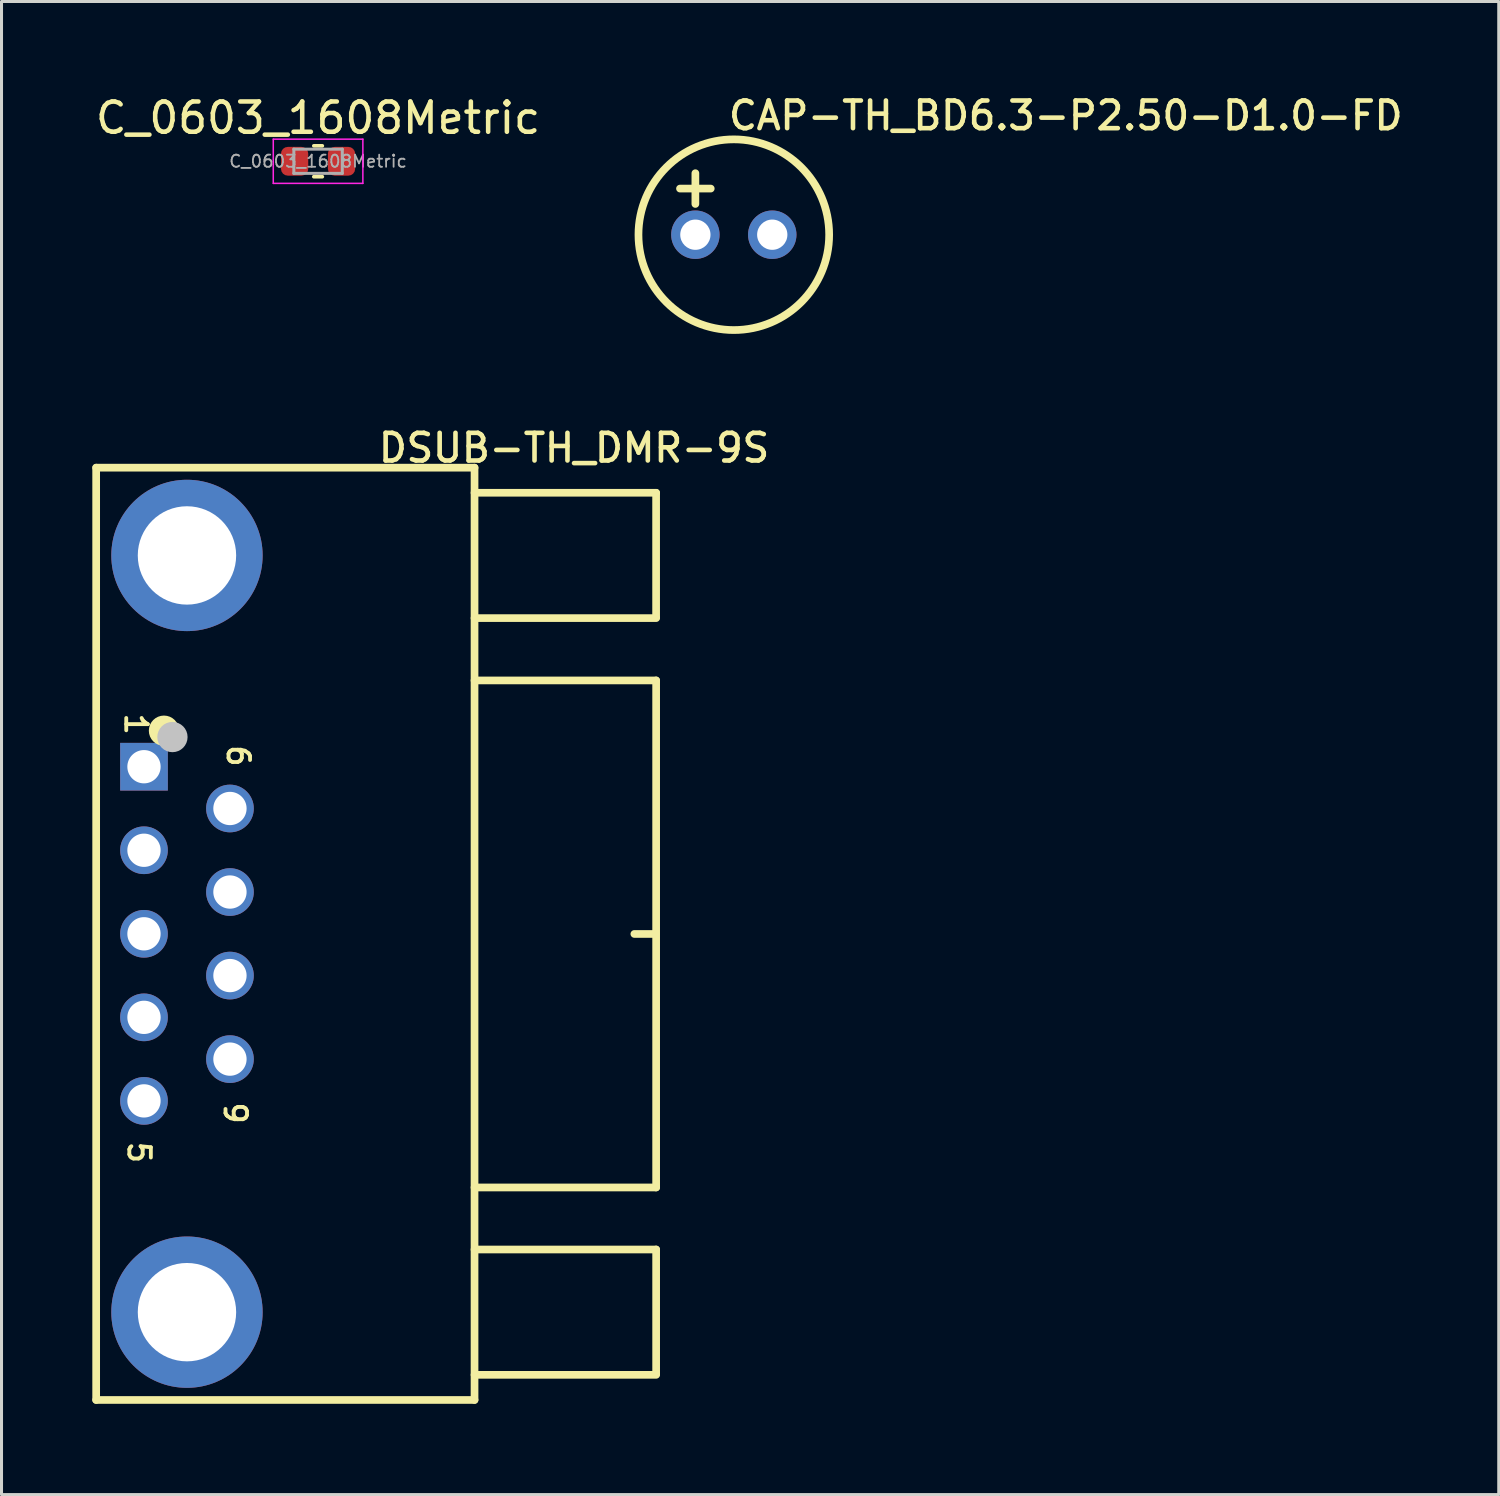
<source format=kicad_pcb>
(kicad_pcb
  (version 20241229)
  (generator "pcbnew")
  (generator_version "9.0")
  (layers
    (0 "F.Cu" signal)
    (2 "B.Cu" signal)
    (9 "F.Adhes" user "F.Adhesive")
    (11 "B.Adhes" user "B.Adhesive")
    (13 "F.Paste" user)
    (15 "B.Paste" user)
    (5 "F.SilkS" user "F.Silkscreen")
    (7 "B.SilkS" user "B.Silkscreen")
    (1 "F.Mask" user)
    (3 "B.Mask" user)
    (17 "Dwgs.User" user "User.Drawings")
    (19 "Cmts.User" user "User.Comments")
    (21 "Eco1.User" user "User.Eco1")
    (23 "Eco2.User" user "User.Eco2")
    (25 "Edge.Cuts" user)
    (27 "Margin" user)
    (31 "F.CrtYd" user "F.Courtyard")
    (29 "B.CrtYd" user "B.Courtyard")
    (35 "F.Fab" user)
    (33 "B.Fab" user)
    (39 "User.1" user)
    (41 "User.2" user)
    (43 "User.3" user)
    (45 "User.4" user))
  (footprint "CAP-TH_BD6.3-P2.50-D1.0-FD"
    (layer "F.Cu")
    (at 21.193 4.704)
    (property "Reference" "CAP-TH_BD6.3-P2.50-D1.0-FD" (at -0.254 -4.47 0) (layer "F.SilkS") (effects (font (size 0.914 0.914) (thickness 0.152)) (justify left top)))
    (fp_line (start -1.778 -1.524) (end -0.762 -1.524) (stroke (width 0.254) (type default)) (layer "F.SilkS"))
    (fp_line (start -1.27 -2.032) (end -1.27 -1.016) (stroke (width 0.254) (type default)) (layer "F.SilkS"))
    (fp_circle (center 0 0) (end 3.15 0) (stroke (width 0.254) (type default)) (fill no) (layer "F.SilkS"))
    (fp_circle (center -1.27 0) (end -1.12 0) (stroke (width 0.3) (type default)) (fill no) (layer "User.4"))
    (fp_circle (center 1.27 0) (end 1.42 0) (stroke (width 0.3) (type default)) (fill no) (layer "User.4"))
    (fp_circle (center -3.15 3.15) (end -3.12 3.15) (stroke (width 0.06) (type default)) (fill no) (layer "User.5"))
    (pad "1" thru_hole oval (at -1.27 0) (size 1.6 1.6) (drill 1) (layers "*.Cu" "*.Mask"))
    (pad "2" thru_hole oval (at 1.27 0) (size 1.6 1.6) (drill 1) (layers "*.Cu" "*.Mask"))
    (zone (net_name "") (layer "F.SilkS") (hatch edge 0.5) (priority 100) (connect_pads yes) (min_thickness 0) (filled_areas_thickness no) (fill yes) (polygon (pts (arc (start 23.352268 2.417572) (mid 24.368284 4.703572) (end 23.352268 6.989572)))) (filled_polygon (layer "F.SilkS") (island) (pts (arc (start 23.352268 2.417572) (mid 24.368284 4.703572) (end 23.352268 6.989572)))))
    (zone (net_name "") (layer "Dwgs.User") (hatch edge 0.5) (priority 100) (connect_pads yes) (min_thickness 0) (filled_areas_thickness no) (fill yes) (polygon (pts (xy 19.193 3.004) (xy 20.693 3.004) (xy 20.693 3.304) (xy 19.193 3.304))) (filled_polygon (layer "Dwgs.User") (island) (pts (xy 19.193 3.004) (xy 20.693 3.004) (xy 20.693 3.304) (xy 19.193 3.304))))
    (zone (net_name "") (layer "Dwgs.User") (hatch edge 0.5) (priority 100) (connect_pads yes) (min_thickness 0) (filled_areas_thickness no) (fill yes) (polygon (pts (xy 19.812 3.952) (xy 19.812 2.452) (xy 20.112 2.452) (xy 20.112 3.952))) (filled_polygon (layer "Dwgs.User") (island) (pts (xy 19.812 3.952) (xy 19.812 2.452) (xy 20.112 2.452) (xy 20.112 3.952))))
    (zone (net_name "") (layer "User.3") (hatch edge 0.5) (priority 100) (connect_pads yes) (min_thickness 0) (filled_areas_thickness no) (fill yes) (polygon (pts (arc (start 18.043268 4.703572) (mid 21.193268 1.553572) (end 24.343268 4.703572)) (arc (start 24.343268 4.703572) (mid 21.193268 7.853572) (end 18.043268 4.703572)))) (filled_polygon (layer "User.3") (island) (pts (arc (start 18.043268 4.703572) (mid 21.193268 1.553572) (end 24.343268 4.703572)) (arc (start 24.343268 4.703572) (mid 21.193268 7.853572) (end 18.043268 4.703572))))))
  (footprint "C_0603_1608Metric"
    (layer "F.Cu")
    (at 7.458 2.278)
    (property "Reference" "C_0603_1608Metric" (at 0 -1.43 0) (layer "F.SilkS") (effects (font (size 1 1) (thickness 0.15))))
    (attr smd)
    (fp_line (start -0.141 -0.51) (end 0.141 -0.51) (stroke (width 0.12) (type solid)) (layer "F.SilkS"))
    (fp_line (start -0.141 0.51) (end 0.141 0.51) (stroke (width 0.12) (type solid)) (layer "F.SilkS"))
    (fp_line (start -1.48 -0.73) (end 1.48 -0.73) (stroke (width 0.05) (type solid)) (layer "F.CrtYd"))
    (fp_line (start -1.48 0.73) (end -1.48 -0.73) (stroke (width 0.05) (type solid)) (layer "F.CrtYd"))
    (fp_line (start 1.48 -0.73) (end 1.48 0.73) (stroke (width 0.05) (type solid)) (layer "F.CrtYd"))
    (fp_line (start 1.48 0.73) (end -1.48 0.73) (stroke (width 0.05) (type solid)) (layer "F.CrtYd"))
    (fp_line (start -0.8 -0.4) (end 0.8 -0.4) (stroke (width 0.1) (type solid)) (layer "F.Fab"))
    (fp_line (start -0.8 0.4) (end -0.8 -0.4) (stroke (width 0.1) (type solid)) (layer "F.Fab"))
    (fp_line (start 0.8 -0.4) (end 0.8 0.4) (stroke (width 0.1) (type solid)) (layer "F.Fab"))
    (fp_line (start 0.8 0.4) (end -0.8 0.4) (stroke (width 0.1) (type solid)) (layer "F.Fab"))
    (fp_text user "${REFERENCE}" (at 0 0 0) (layer "F.Fab") (effects (font (size 0.4 0.4) (thickness 0.06))))
    (pad "1" smd roundrect (at -0.775 0 180) (size 0.9 0.95) (layers "F.Cu" "F.Mask" "F.Paste") (roundrect_rratio 0.25))
    (pad "2" smd roundrect (at 0.775 0 180) (size 0.9 0.95) (layers "F.Cu" "F.Mask" "F.Paste") (roundrect_rratio 0.25)))
  (footprint "DSUB-TH_DMR-9S"
    (layer "F.Cu")
    (at 3.127 27.8)
    (property "Reference" "DSUB-TH_DMR-9S" (at 6.246 -16.587 0) (layer "F.SilkS") (effects (font (size 0.914 0.914) (thickness 0.152)) (justify left top)))
    (fp_line (start -3 -15.4) (end 9.5 -15.4) (stroke (width 0.254) (type default)) (layer "F.SilkS"))
    (fp_line (start -3 15.4) (end -3 -15.4) (stroke (width 0.254) (type default)) (layer "F.SilkS"))
    (fp_line (start 9.5 -14.57) (end 15.499 -14.57) (stroke (width 0.254) (type default)) (layer "F.SilkS"))
    (fp_line (start 9.5 -15.4) (end 9.5 15.4) (stroke (width 0.254) (type default)) (layer "F.SilkS"))
    (fp_line (start 9.5 -10.43) (end 15.5 -10.43) (stroke (width 0.254) (type default)) (layer "F.SilkS"))
    (fp_line (start 9.5 -8.37) (end 15.5 -8.37) (stroke (width 0.254) (type default)) (layer "F.SilkS"))
    (fp_line (start 9.5 14.57) (end 15.5 14.57) (stroke (width 0.254) (type default)) (layer "F.SilkS"))
    (fp_line (start 9.5 15.4) (end -3 15.4) (stroke (width 0.254) (type default)) (layer "F.SilkS"))
    (fp_line (start 14.78 0.005) (end 15.48 0.005) (stroke (width 0.254) (type default)) (layer "F.SilkS"))
    (fp_line (start 15.499 -14.57) (end 15.499 -10.46) (stroke (width 0.254) (type default)) (layer "F.SilkS"))
    (fp_line (start 15.5 -8.37) (end 15.5 8.38) (stroke (width 0.254) (type default)) (layer "F.SilkS"))
    (fp_line (start 15.5 8.38) (end 9.5 8.38) (stroke (width 0.254) (type default)) (layer "F.SilkS"))
    (fp_line (start 15.5 10.43) (end 9.5 10.43) (stroke (width 0.254) (type default)) (layer "F.SilkS"))
    (fp_line (start 15.5 14.54) (end 15.5 10.43) (stroke (width 0.254) (type default)) (layer "F.SilkS"))
    (fp_circle (center -0.76 -6.71) (end -1.01 -6.71) (stroke (width 0.5) (type default)) (fill no) (layer "F.SilkS"))
    (fp_circle (center -0.48 -6.5) (end -0.73 -6.5) (stroke (width 0.5) (type default)) (fill no) (layer "Dwgs.User"))
    (fp_circle (center -1.42 -5.52) (end -1.57 -5.52) (stroke (width 0.3) (type default)) (fill no) (layer "User.4"))
    (fp_circle (center -1.42 -2.76) (end -1.57 -2.76) (stroke (width 0.3) (type default)) (fill no) (layer "User.4"))
    (fp_circle (center -1.42 0) (end -1.57 0) (stroke (width 0.3) (type default)) (fill no) (layer "User.4"))
    (fp_circle (center -1.42 2.76) (end -1.57 2.76) (stroke (width 0.3) (type default)) (fill no) (layer "User.4"))
    (fp_circle (center -1.42 5.52) (end -1.57 5.52) (stroke (width 0.3) (type default)) (fill no) (layer "User.4"))
    (fp_circle (center 1.42 -4.14) (end 1.27 -4.14) (stroke (width 0.3) (type default)) (fill no) (layer "User.4"))
    (fp_circle (center 1.42 -1.38) (end 1.27 -1.38) (stroke (width 0.3) (type default)) (fill no) (layer "User.4"))
    (fp_circle (center 1.42 1.38) (end 1.27 1.38) (stroke (width 0.3) (type default)) (fill no) (layer "User.4"))
    (fp_circle (center 1.42 4.14) (end 1.27 4.14) (stroke (width 0.3) (type default)) (fill no) (layer "User.4"))
    (fp_circle (center -2.75 -15.41) (end -2.78 -15.41) (stroke (width 0.06) (type default)) (fill no) (layer "User.5"))
    (fp_text user "6" (at 2.111 -6.3 270) (unlocked yes) (layer "F.SilkS") (effects (font (size 0.711 0.711) (thickness 0.127)) (justify left top)))
    (fp_text user "5" (at -1.166 6.799 270) (unlocked yes) (layer "F.SilkS") (effects (font (size 0.711 0.711) (thickness 0.127)) (justify left top)))
    (fp_text user "9" (at 2.011 5.5 270) (unlocked yes) (layer "F.SilkS") (effects (font (size 0.711 0.711) (thickness 0.127)) (justify left top)))
    (fp_text user "1" (at -1.268 -7.349 270) (unlocked yes) (layer "F.SilkS") (effects (font (size 0.711 0.711) (thickness 0.127)) (justify left top)))
    (pad "1" thru_hole rect (at -1.42 -5.52 90) (size 1.575 1.575) (drill 1.1) (layers "*.Cu" "*.Mask"))
    (pad "2" thru_hole oval (at -1.42 -2.76 90) (size 1.575 1.575) (drill 1.1) (layers "*.Cu" "*.Mask"))
    (pad "3" thru_hole oval (at -1.42 0 90) (size 1.575 1.575) (drill 1.1) (layers "*.Cu" "*.Mask"))
    (pad "4" thru_hole oval (at -1.42 2.76 90) (size 1.575 1.575) (drill 1.1) (layers "*.Cu" "*.Mask"))
    (pad "5" thru_hole oval (at -1.42 5.52 90) (size 1.575 1.575) (drill 1.1) (layers "*.Cu" "*.Mask"))
    (pad "6" thru_hole oval (at 1.42 -4.14 90) (size 1.575 1.575) (drill 1.1) (layers "*.Cu" "*.Mask"))
    (pad "7" thru_hole oval (at 1.42 -1.38 90) (size 1.575 1.575) (drill 1.1) (layers "*.Cu" "*.Mask"))
    (pad "8" thru_hole oval (at 1.42 1.38 90) (size 1.575 1.575) (drill 1.1) (layers "*.Cu" "*.Mask"))
    (pad "9" thru_hole oval (at 1.42 4.14 90) (size 1.575 1.575) (drill 1.1) (layers "*.Cu" "*.Mask"))
    (pad "10" thru_hole oval (at -0.0003 -12.5 90) (size 5 5) (drill 3.25) (layers "*.Cu" "*.Mask"))
    (pad "11" thru_hole oval (at -0.0003 12.5 90) (size 5 5) (drill 3.25) (layers "*.Cu" "*.Mask"))
    (zone (net_name "") (layer "User.3") (hatch edge 0.5) (priority 100) (connect_pads yes) (min_thickness 0) (filled_areas_thickness no) (fill yes) (polygon (pts (xy 0.117 43.17) (xy 17.217 43.17) (xy 17.217 38.09) (xy 16.847 37.58) (xy 12.427 37.55) (arc (start 12.427 36.939944) (mid 12.447224 36.838309) (end 12.5048 36.752144)) (arc (start 12.677 36.579944) (mid 12.754538 36.528135) (end 12.846 36.509944)) (xy 13.127 36.51) (arc (start 18.357 35.939944) (mid 18.477124 35.91605) (end 18.5789 35.847944)) (xy 18.617 35.81) (xy 18.627 35.786) (xy 18.627 35.61) (arc (start 18.627 19.888944) (mid 18.608813 19.797477) (end 18.557 19.719944)) (arc (start 18.557 19.719944) (mid 18.446204 19.645888) (end 18.3155 19.619944)) (xy 18.257 19.62) (arc (start 12.827 19.059944) (mid 12.73462 19.041569) (end 12.6563 18.989244)) (xy 12.507 18.84) (arc (start 12.4848 18.817744) (mid 12.427227 18.731581) (end 12.407 18.629944)) (xy 12.407 18.01) (xy 12.431 18.02) (xy 16.857 18.02) (xy 17.227 17.49) (xy 17.207 13.09) (xy 16.847 12.58) (xy 12.417 12.59) (xy 12.427 12.39) (xy 0.127 12.4))) (filled_polygon (layer "User.3") (island) (pts (xy 0.117 43.17) (xy 17.217 43.17) (xy 17.217 38.09) (xy 16.847 37.58) (xy 12.427 37.55) (arc (start 12.427 36.939944) (mid 12.447224 36.838309) (end 12.5048 36.752144)) (arc (start 12.677 36.579944) (mid 12.754538 36.528135) (end 12.846 36.509944)) (xy 13.127 36.51) (arc (start 18.357 35.939944) (mid 18.477124 35.91605) (end 18.5789 35.847944)) (xy 18.617 35.81) (xy 18.627 35.786) (xy 18.627 35.61) (arc (start 18.627 19.888944) (mid 18.608813 19.797477) (end 18.557 19.719944)) (arc (start 18.557 19.719944) (mid 18.446204 19.645888) (end 18.3155 19.619944)) (xy 18.257 19.62) (arc (start 12.827 19.059944) (mid 12.73462 19.041569) (end 12.6563 18.989244)) (xy 12.507 18.84) (arc (start 12.4848 18.817744) (mid 12.427227 18.731581) (end 12.407 18.629944)) (xy 12.407 18.01) (xy 12.431 18.02) (xy 16.857 18.02) (xy 17.227 17.49) (xy 17.207 13.09) (xy 16.847 12.58) (xy 12.417 12.59) (xy 12.427 12.39) (xy 0.127 12.4)))))
  (gr_rect
    (start -3 -3)
    (end 46.464 46.327)
    (stroke (width 0.1) (type default))
    (fill no)
    (layer "Edge.Cuts")))
</source>
